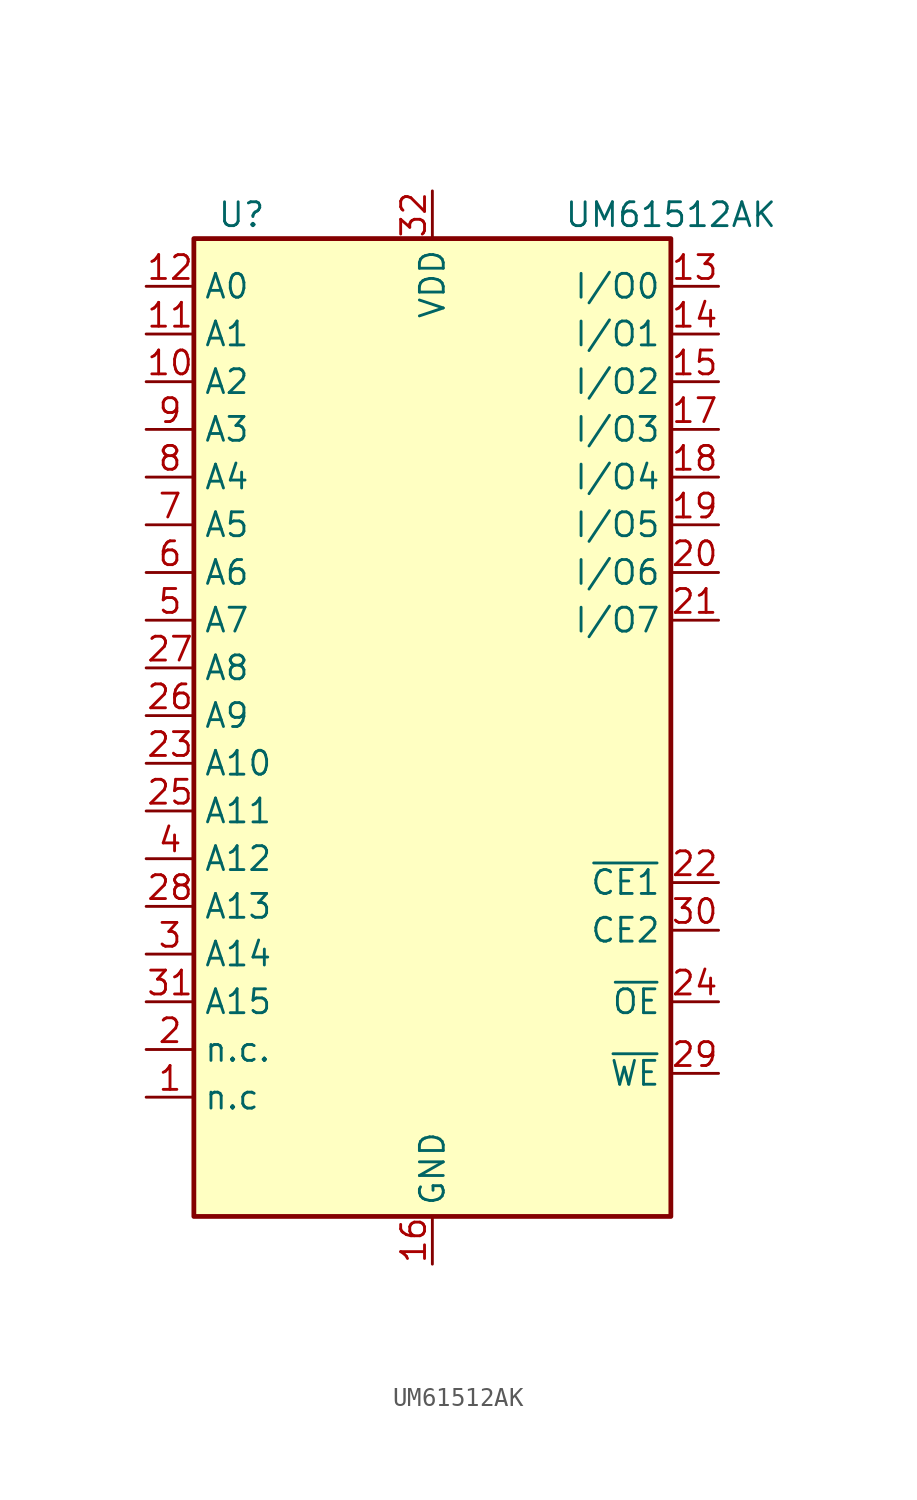
<source format=kicad_sym>
(kicad_symbol_lib
  (version 20211014)
  (generator kicad_symbol_editor)
  (symbol "UM61512AK"
    (property "Reference" "U"
      (at -10.16 31.75 0)
      (effects (font (size 1.27 1.27))))
    (property "Value" "UM61512AK"
      (at 12.7 31.75 0)
      (effects (font (size 1.27 1.27))))
    (symbol "UM61512AK_0_1"
      (rectangle (start -12.7 30.48) (end 12.7 -21.59) (stroke (width 0.254) (type default) (color 0 0 0 0)) (fill (type background))))
    (symbol "UM61512AK_1_1"
      (pin input line (at -15.24 -15.24 0) (length 2.54) (name "n.c" (effects (font (size 1.27 1.27)))) (number "1" (effects (font (size 1.27 1.27)))))
      (pin input line (at -15.24 22.86 0) (length 2.54) (name "A2" (effects (font (size 1.27 1.27)))) (number "10" (effects (font (size 1.27 1.27)))))
      (pin input line (at -15.24 25.4 0) (length 2.54) (name "A1" (effects (font (size 1.27 1.27)))) (number "11" (effects (font (size 1.27 1.27)))))
      (pin input line (at -15.24 27.94 0) (length 2.54) (name "A0" (effects (font (size 1.27 1.27)))) (number "12" (effects (font (size 1.27 1.27)))))
      (pin bidirectional line (at 15.24 27.94 180) (length 2.54) (name "I/O0" (effects (font (size 1.27 1.27)))) (number "13" (effects (font (size 1.27 1.27)))))
      (pin bidirectional line (at 15.24 25.4 180) (length 2.54) (name "I/O1" (effects (font (size 1.27 1.27)))) (number "14" (effects (font (size 1.27 1.27)))))
      (pin bidirectional line (at 15.24 22.86 180) (length 2.54) (name "I/O2" (effects (font (size 1.27 1.27)))) (number "15" (effects (font (size 1.27 1.27)))))
      (pin power_in line (at 0 -24.13 90) (length 2.54) (name "GND" (effects (font (size 1.27 1.27)))) (number "16" (effects (font (size 1.27 1.27)))))
      (pin bidirectional line (at 15.24 20.32 180) (length 2.54) (name "I/O3" (effects (font (size 1.27 1.27)))) (number "17" (effects (font (size 1.27 1.27)))))
      (pin bidirectional line (at 15.24 17.78 180) (length 2.54) (name "I/O4" (effects (font (size 1.27 1.27)))) (number "18" (effects (font (size 1.27 1.27)))))
      (pin bidirectional line (at 15.24 15.24 180) (length 2.54) (name "I/O5" (effects (font (size 1.27 1.27)))) (number "19" (effects (font (size 1.27 1.27)))))
      (pin input line (at -15.24 -12.7 0) (length 2.54) (name "n.c." (effects (font (size 1.27 1.27)))) (number "2" (effects (font (size 1.27 1.27)))))
      (pin bidirectional line (at 15.24 12.7 180) (length 2.54) (name "I/O6" (effects (font (size 1.27 1.27)))) (number "20" (effects (font (size 1.27 1.27)))))
      (pin bidirectional line (at 15.24 10.16 180) (length 2.54) (name "I/O7" (effects (font (size 1.27 1.27)))) (number "21" (effects (font (size 1.27 1.27)))))
      (pin input line (at 15.24 -3.81 180) (length 2.54) (name "~{CE1}" (effects (font (size 1.27 1.27)))) (number "22" (effects (font (size 1.27 1.27)))))
      (pin input line (at -15.24 2.54 0) (length 2.54) (name "A10" (effects (font (size 1.27 1.27)))) (number "23" (effects (font (size 1.27 1.27)))))
      (pin input line (at 15.24 -10.16 180) (length 2.54) (name "~{OE}" (effects (font (size 1.27 1.27)))) (number "24" (effects (font (size 1.27 1.27)))))
      (pin input line (at -15.24 0 0) (length 2.54) (name "A11" (effects (font (size 1.27 1.27)))) (number "25" (effects (font (size 1.27 1.27)))))
      (pin input line (at -15.24 5.08 0) (length 2.54) (name "A9" (effects (font (size 1.27 1.27)))) (number "26" (effects (font (size 1.27 1.27)))))
      (pin input line (at -15.24 7.62 0) (length 2.54) (name "A8" (effects (font (size 1.27 1.27)))) (number "27" (effects (font (size 1.27 1.27)))))
      (pin input line (at -15.24 -5.08 0) (length 2.54) (name "A13" (effects (font (size 1.27 1.27)))) (number "28" (effects (font (size 1.27 1.27)))))
      (pin input line (at 15.24 -13.97 180) (length 2.54) (name "~{WE}" (effects (font (size 1.27 1.27)))) (number "29" (effects (font (size 1.27 1.27)))))
      (pin input line (at -15.24 -7.62 0) (length 2.54) (name "A14" (effects (font (size 1.27 1.27)))) (number "3" (effects (font (size 1.27 1.27)))))
      (pin input line (at 15.24 -6.35 180) (length 2.54) (name "CE2" (effects (font (size 1.27 1.27)))) (number "30" (effects (font (size 1.27 1.27)))))
      (pin input line (at -15.24 -10.16 0) (length 2.54) (name "A15" (effects (font (size 1.27 1.27)))) (number "31" (effects (font (size 1.27 1.27)))))
      (pin power_in line (at 0 33.02 270) (length 2.54) (name "VDD" (effects (font (size 1.27 1.27)))) (number "32" (effects (font (size 1.27 1.27)))))
      (pin input line (at -15.24 -2.54 0) (length 2.54) (name "A12" (effects (font (size 1.27 1.27)))) (number "4" (effects (font (size 1.27 1.27)))))
      (pin input line (at -15.24 10.16 0) (length 2.54) (name "A7" (effects (font (size 1.27 1.27)))) (number "5" (effects (font (size 1.27 1.27)))))
      (pin input line (at -15.24 12.7 0) (length 2.54) (name "A6" (effects (font (size 1.27 1.27)))) (number "6" (effects (font (size 1.27 1.27)))))
      (pin input line (at -15.24 15.24 0) (length 2.54) (name "A5" (effects (font (size 1.27 1.27)))) (number "7" (effects (font (size 1.27 1.27)))))
      (pin input line (at -15.24 17.78 0) (length 2.54) (name "A4" (effects (font (size 1.27 1.27)))) (number "8" (effects (font (size 1.27 1.27)))))
      (pin input line (at -15.24 20.32 0) (length 2.54) (name "A3" (effects (font (size 1.27 1.27)))) (number "9" (effects (font (size 1.27 1.27))))))))
</source>
